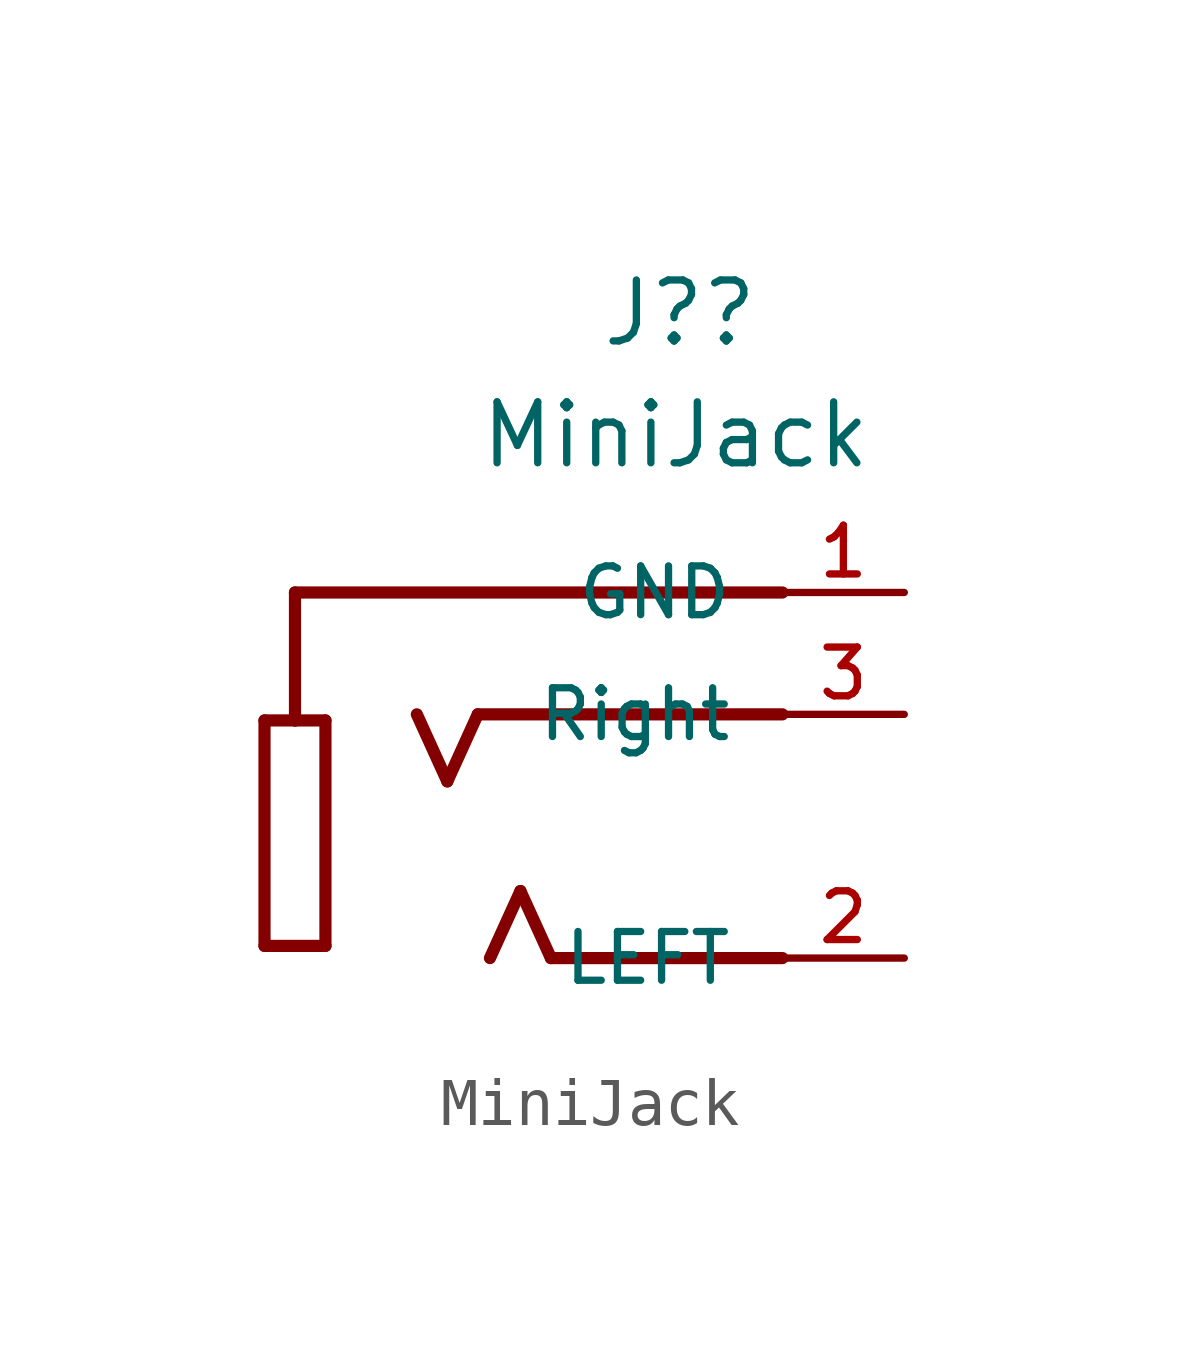
<source format=kicad_sym>
(kicad_symbol_lib
  (version 20211014)
  (generator kicad_symbol_editor)
  (symbol "MiniJack"
    (pin_names
      (offset 1.016))
    (property "Reference" "J?"
      (at 1.27 10.16 0)
      (effects (font (size 1.27 1.27)) (justify left bottom)))
    (property "Value" "MiniJack"
      (at -1.27 7.62 0)
      (effects (font (size 1.27 1.27)) (justify left bottom)))
    (symbol "MiniJack_0_0"
      (polyline (pts (xy -5.715 -2.286) (xy -5.715 2.413)) (stroke (width 0.254) (type default) (color 0 0 0 0)) (fill (type none)))
      (polyline (pts (xy -5.715 2.413) (xy -5.08 2.413)) (stroke (width 0.254) (type default) (color 0 0 0 0)) (fill (type none)))
      (polyline (pts (xy -5.08 2.413) (xy -4.445 2.413)) (stroke (width 0.254) (type default) (color 0 0 0 0)) (fill (type none)))
      (polyline (pts (xy -5.08 5.08) (xy -5.08 2.413)) (stroke (width 0.254) (type default) (color 0 0 0 0)) (fill (type none)))
      (polyline (pts (xy -4.445 -2.286) (xy -5.715 -2.286)) (stroke (width 0.254) (type default) (color 0 0 0 0)) (fill (type none)))
      (polyline (pts (xy -4.445 2.413) (xy -4.445 -2.286)) (stroke (width 0.254) (type default) (color 0 0 0 0)) (fill (type none)))
      (polyline (pts (xy -1.905 1.143) (xy -2.54 2.54)) (stroke (width 0.254) (type default) (color 0 0 0 0)) (fill (type none)))
      (polyline (pts (xy -1.27 2.54) (xy -1.905 1.143)) (stroke (width 0.254) (type default) (color 0 0 0 0)) (fill (type none)))
      (polyline (pts (xy -0.381 -1.143) (xy -1.016 -2.54)) (stroke (width 0.254) (type default) (color 0 0 0 0)) (fill (type none)))
      (polyline (pts (xy 0.254 -2.54) (xy -0.381 -1.143)) (stroke (width 0.254) (type default) (color 0 0 0 0)) (fill (type none)))
      (polyline (pts (xy 5.08 -2.54) (xy 0.254 -2.54)) (stroke (width 0.254) (type default) (color 0 0 0 0)) (fill (type none)))
      (polyline (pts (xy 5.08 2.54) (xy -1.27 2.54)) (stroke (width 0.254) (type default) (color 0 0 0 0)) (fill (type none)))
      (polyline (pts (xy 5.08 5.08) (xy -5.08 5.08)) (stroke (width 0.254) (type default) (color 0 0 0 0)) (fill (type none)))
      (pin passive line (at 7.62 5.08 180) (length 2.54) (name "GND" (effects (font (size 1.016 1.016)))) (number "1" (effects (font (size 1.016 1.016)))))
      (pin input line (at 7.62 -2.54 180) (length 2.54) (name "LEFT" (effects (font (size 1.016 1.016)))) (number "2" (effects (font (size 1.016 1.016)))))
      (pin input line (at 7.62 2.54 180) (length 2.54) (name "Right" (effects (font (size 1.016 1.016)))) (number "3" (effects (font (size 1.016 1.016))))))))
</source>
